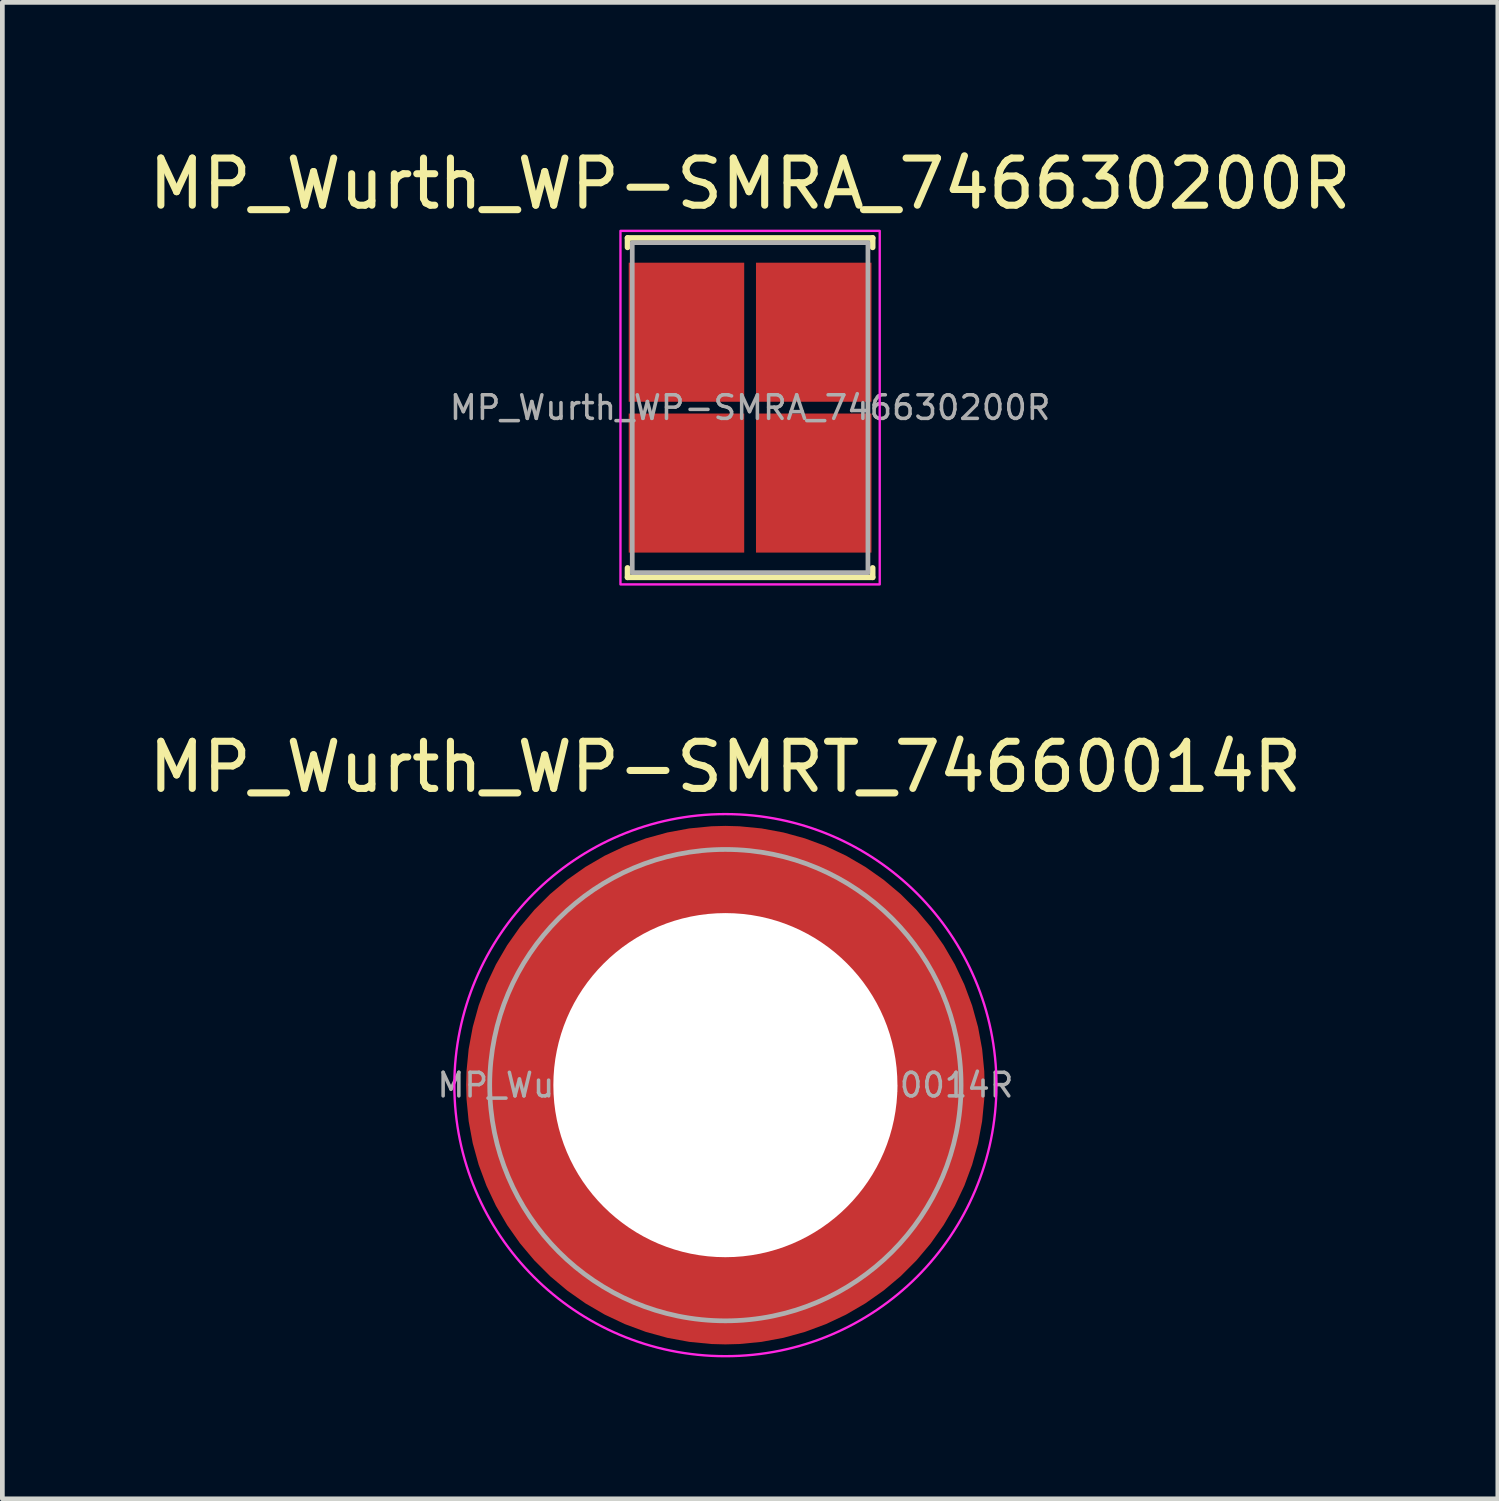
<source format=kicad_pcb>
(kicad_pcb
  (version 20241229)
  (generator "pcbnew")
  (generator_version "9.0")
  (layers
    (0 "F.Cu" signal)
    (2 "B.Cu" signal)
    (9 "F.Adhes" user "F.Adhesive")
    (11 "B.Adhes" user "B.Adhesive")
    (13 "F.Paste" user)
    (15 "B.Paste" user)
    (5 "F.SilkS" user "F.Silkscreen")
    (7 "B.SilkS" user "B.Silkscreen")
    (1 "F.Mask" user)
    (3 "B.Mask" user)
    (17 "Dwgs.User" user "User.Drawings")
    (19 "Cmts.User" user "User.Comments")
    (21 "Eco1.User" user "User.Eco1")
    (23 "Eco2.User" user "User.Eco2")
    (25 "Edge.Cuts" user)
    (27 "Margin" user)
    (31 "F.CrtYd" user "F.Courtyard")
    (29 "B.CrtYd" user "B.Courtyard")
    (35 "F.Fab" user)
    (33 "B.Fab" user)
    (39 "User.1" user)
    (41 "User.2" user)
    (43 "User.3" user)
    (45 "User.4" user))
  (footprint "MP_Wurth_WP-SMRT_74660014R"
    (layer "F.Cu")
    (at 12.339 19.971)
    (property "Reference" "MP_Wurth_WP-SMRT_74660014R" (at 0 -6.75 0) (unlocked yes) (layer "F.SilkS") (effects (font (size 1 1) (thickness 0.15))))
    (attr smd)
    (fp_poly (pts (xy -5.374 0.495) (xy -3.712 0.495) (xy -3.706 0.54) (xy -3.698 0.587) (xy -3.679 0.701) (xy -3.666 0.761) (xy -3.645 0.859) (xy -3.621 0.955) (xy -3.581 1.094) (xy -3.554 1.179) (xy -3.525 1.264) (xy -3.486 1.367) (xy -3.442 1.474) (xy -3.404 1.559) (xy -3.355 1.665) (xy -3.317 1.739) (xy -3.28 1.807) (xy -3.239 1.881) (xy -3.202 1.943) (xy -3.15 2.025) (xy -3.1 2.1) (xy -3.057 2.164) (xy -3.009 2.228) (xy -3.009 2.228) (xy -2.974 2.277) (xy -2.928 2.336) (xy -2.881 2.392) (xy -2.832 2.451) (xy -2.781 2.507) (xy -2.735 2.559) (xy -2.685 2.61) (xy -2.629 2.665) (xy -2.563 2.731) (xy -2.498 2.789) (xy -2.431 2.849) (xy -2.363 2.905) (xy -2.295 2.96) (xy -2.249 2.994) (xy -2.184 3.042) (xy -2.075 3.118) (xy -2.005 3.162) (xy -2.005 3.162) (xy -1.946 3.201) (xy -1.869 3.245) (xy -1.752 3.31) (xy -1.596 3.386) (xy -1.406 3.472) (xy -1.17 3.557) (xy -0.924 3.63) (xy -0.71 3.677) (xy -0.614 3.694) (xy -0.495 3.712) (xy -0.495 5.381) (xy -0.527 5.38) (xy -0.528 5.38) (xy -0.578 5.374) (xy -0.634 5.367) (xy -0.685 5.361) (xy -0.739 5.354) (xy -0.785 5.348) (xy -0.785 5.348) (xy -0.962 5.318) (xy -0.962 5.318) (xy -1.127 5.286) (xy -1.127 5.286) (xy -1.266 5.254) (xy -1.41 5.218) (xy -1.41 5.218) (xy -1.523 5.186) (xy -1.524 5.186) (xy -1.769 5.107) (xy -1.769 5.107) (xy -1.878 5.068) (xy -1.979 5.03) (xy -1.979 5.03) (xy -2.095 4.983) (xy -2.095 4.983) (xy -2.19 4.94) (xy -2.304 4.891) (xy -2.304 4.89) (xy -2.592 4.743) (xy -2.593 4.743) (xy -2.748 4.652) (xy -2.902 4.559) (xy -2.902 4.559) (xy -3.098 4.43) (xy -3.098 4.43) (xy -3.513 4.104) (xy -3.513 4.104) (xy -3.72 3.923) (xy -3.721 3.922) (xy -4.008 3.627) (xy -4.008 3.627) (xy -4.192 3.411) (xy -4.192 3.411) (xy -4.38 3.172) (xy -4.38 3.172) (xy -4.602 2.839) (xy -4.602 2.838) (xy -4.778 2.531) (xy -4.778 2.531) (xy -4.905 2.271) (xy -4.906 2.271) (xy -5.048 1.942) (xy -5.048 1.942) (xy -5.146 1.662) (xy -5.146 1.661) (xy -5.221 1.405) (xy -5.221 1.405) (xy -5.263 1.233) (xy -5.263 1.233) (xy -5.292 1.1) (xy -5.292 1.1) (xy -5.322 0.945) (xy -5.343 0.834) (xy -5.343 0.834) (xy -5.355 0.725) (xy -5.371 0.616) (xy -5.371 0.615) (xy -5.378 0.537) (xy -5.383 0.49)) (stroke (width 0) (type default)) (fill yes) (layer "F.Paste"))
    (fp_poly (pts (xy -0.495 -5.374) (xy -0.495 -3.712) (xy -0.54 -3.706) (xy -0.587 -3.698) (xy -0.701 -3.679) (xy -0.761 -3.666) (xy -0.859 -3.645) (xy -0.955 -3.621) (xy -1.094 -3.581) (xy -1.179 -3.554) (xy -1.264 -3.525) (xy -1.367 -3.486) (xy -1.474 -3.442) (xy -1.559 -3.404) (xy -1.665 -3.355) (xy -1.739 -3.317) (xy -1.807 -3.28) (xy -1.881 -3.239) (xy -1.943 -3.202) (xy -2.025 -3.15) (xy -2.1 -3.1) (xy -2.164 -3.057) (xy -2.228 -3.009) (xy -2.228 -3.009) (xy -2.277 -2.974) (xy -2.336 -2.928) (xy -2.392 -2.881) (xy -2.451 -2.832) (xy -2.507 -2.781) (xy -2.559 -2.735) (xy -2.61 -2.685) (xy -2.665 -2.629) (xy -2.731 -2.563) (xy -2.789 -2.498) (xy -2.849 -2.431) (xy -2.905 -2.363) (xy -2.96 -2.295) (xy -2.994 -2.249) (xy -3.042 -2.184) (xy -3.118 -2.075) (xy -3.162 -2.005) (xy -3.162 -2.005) (xy -3.201 -1.946) (xy -3.245 -1.869) (xy -3.31 -1.752) (xy -3.386 -1.596) (xy -3.472 -1.406) (xy -3.557 -1.17) (xy -3.63 -0.924) (xy -3.677 -0.71) (xy -3.694 -0.614) (xy -3.712 -0.495) (xy -5.381 -0.495) (xy -5.38 -0.527) (xy -5.38 -0.528) (xy -5.374 -0.578) (xy -5.367 -0.634) (xy -5.361 -0.685) (xy -5.354 -0.739) (xy -5.348 -0.785) (xy -5.348 -0.785) (xy -5.318 -0.962) (xy -5.318 -0.962) (xy -5.286 -1.127) (xy -5.286 -1.127) (xy -5.254 -1.266) (xy -5.218 -1.41) (xy -5.218 -1.41) (xy -5.186 -1.523) (xy -5.186 -1.524) (xy -5.107 -1.769) (xy -5.107 -1.769) (xy -5.068 -1.878) (xy -5.03 -1.979) (xy -5.03 -1.979) (xy -4.983 -2.095) (xy -4.983 -2.095) (xy -4.94 -2.19) (xy -4.891 -2.304) (xy -4.89 -2.304) (xy -4.743 -2.592) (xy -4.743 -2.593) (xy -4.652 -2.748) (xy -4.559 -2.902) (xy -4.559 -2.902) (xy -4.43 -3.098) (xy -4.43 -3.098) (xy -4.104 -3.513) (xy -4.104 -3.513) (xy -3.923 -3.72) (xy -3.922 -3.721) (xy -3.627 -4.008) (xy -3.627 -4.008) (xy -3.411 -4.192) (xy -3.411 -4.192) (xy -3.172 -4.38) (xy -3.172 -4.38) (xy -2.839 -4.602) (xy -2.838 -4.602) (xy -2.531 -4.778) (xy -2.531 -4.778) (xy -2.271 -4.905) (xy -2.271 -4.906) (xy -1.942 -5.048) (xy -1.942 -5.048) (xy -1.662 -5.146) (xy -1.661 -5.146) (xy -1.405 -5.221) (xy -1.405 -5.221) (xy -1.233 -5.263) (xy -1.233 -5.263) (xy -1.1 -5.292) (xy -1.1 -5.292) (xy -0.945 -5.322) (xy -0.834 -5.343) (xy -0.834 -5.343) (xy -0.725 -5.355) (xy -0.616 -5.371) (xy -0.615 -5.371) (xy -0.537 -5.378) (xy -0.49 -5.383)) (stroke (width 0) (type default)) (fill yes) (layer "F.Paste"))
    (fp_poly (pts (xy 0.527 -5.38) (xy 0.528 -5.38) (xy 0.578 -5.374) (xy 0.634 -5.367) (xy 0.685 -5.361) (xy 0.739 -5.354) (xy 0.785 -5.348) (xy 0.785 -5.348) (xy 0.962 -5.318) (xy 0.962 -5.318) (xy 1.127 -5.286) (xy 1.127 -5.286) (xy 1.266 -5.254) (xy 1.41 -5.218) (xy 1.41 -5.218) (xy 1.523 -5.186) (xy 1.524 -5.186) (xy 1.769 -5.107) (xy 1.769 -5.107) (xy 1.878 -5.068) (xy 1.979 -5.03) (xy 1.979 -5.03) (xy 2.095 -4.983) (xy 2.095 -4.983) (xy 2.19 -4.94) (xy 2.304 -4.891) (xy 2.304 -4.89) (xy 2.592 -4.743) (xy 2.593 -4.743) (xy 2.748 -4.652) (xy 2.902 -4.559) (xy 2.902 -4.559) (xy 3.098 -4.43) (xy 3.098 -4.43) (xy 3.513 -4.104) (xy 3.513 -4.104) (xy 3.72 -3.923) (xy 3.721 -3.922) (xy 4.008 -3.627) (xy 4.008 -3.627) (xy 4.192 -3.411) (xy 4.192 -3.411) (xy 4.38 -3.172) (xy 4.38 -3.172) (xy 4.602 -2.839) (xy 4.602 -2.838) (xy 4.778 -2.531) (xy 4.778 -2.531) (xy 4.905 -2.271) (xy 4.906 -2.271) (xy 5.048 -1.942) (xy 5.048 -1.942) (xy 5.146 -1.662) (xy 5.146 -1.661) (xy 5.221 -1.405) (xy 5.221 -1.405) (xy 5.263 -1.233) (xy 5.263 -1.233) (xy 5.292 -1.1) (xy 5.292 -1.1) (xy 5.322 -0.945) (xy 5.343 -0.834) (xy 5.343 -0.834) (xy 5.355 -0.725) (xy 5.371 -0.616) (xy 5.371 -0.615) (xy 5.378 -0.537) (xy 5.383 -0.49) (xy 5.374 -0.495) (xy 3.712 -0.495) (xy 3.706 -0.54) (xy 3.698 -0.587) (xy 3.679 -0.701) (xy 3.666 -0.761) (xy 3.645 -0.859) (xy 3.621 -0.955) (xy 3.581 -1.094) (xy 3.554 -1.179) (xy 3.525 -1.264) (xy 3.486 -1.367) (xy 3.442 -1.474) (xy 3.404 -1.559) (xy 3.355 -1.665) (xy 3.317 -1.739) (xy 3.28 -1.807) (xy 3.239 -1.881) (xy 3.202 -1.943) (xy 3.15 -2.025) (xy 3.1 -2.1) (xy 3.057 -2.164) (xy 3.009 -2.228) (xy 3.009 -2.228) (xy 2.974 -2.277) (xy 2.928 -2.336) (xy 2.881 -2.392) (xy 2.832 -2.451) (xy 2.781 -2.507) (xy 2.735 -2.559) (xy 2.685 -2.61) (xy 2.629 -2.665) (xy 2.563 -2.731) (xy 2.498 -2.789) (xy 2.431 -2.849) (xy 2.363 -2.905) (xy 2.295 -2.96) (xy 2.249 -2.994) (xy 2.184 -3.042) (xy 2.075 -3.118) (xy 2.005 -3.162) (xy 2.005 -3.162) (xy 1.946 -3.201) (xy 1.869 -3.245) (xy 1.752 -3.31) (xy 1.596 -3.386) (xy 1.406 -3.472) (xy 1.17 -3.557) (xy 0.924 -3.63) (xy 0.71 -3.677) (xy 0.614 -3.694) (xy 0.495 -3.712) (xy 0.495 -5.381)) (stroke (width 0) (type default)) (fill yes) (layer "F.Paste"))
    (fp_poly (pts (xy 5.38 0.527) (xy 5.38 0.528) (xy 5.374 0.578) (xy 5.367 0.634) (xy 5.361 0.685) (xy 5.354 0.739) (xy 5.348 0.785) (xy 5.348 0.785) (xy 5.318 0.962) (xy 5.318 0.962) (xy 5.286 1.127) (xy 5.286 1.127) (xy 5.254 1.266) (xy 5.218 1.41) (xy 5.218 1.41) (xy 5.186 1.523) (xy 5.186 1.524) (xy 5.107 1.769) (xy 5.107 1.769) (xy 5.068 1.878) (xy 5.03 1.979) (xy 5.03 1.979) (xy 4.983 2.095) (xy 4.983 2.095) (xy 4.94 2.19) (xy 4.891 2.304) (xy 4.89 2.304) (xy 4.743 2.592) (xy 4.743 2.593) (xy 4.652 2.748) (xy 4.559 2.902) (xy 4.559 2.902) (xy 4.43 3.098) (xy 4.43 3.098) (xy 4.104 3.513) (xy 4.104 3.513) (xy 3.923 3.72) (xy 3.922 3.721) (xy 3.627 4.008) (xy 3.627 4.008) (xy 3.411 4.192) (xy 3.411 4.192) (xy 3.172 4.38) (xy 3.172 4.38) (xy 2.839 4.602) (xy 2.838 4.602) (xy 2.531 4.778) (xy 2.531 4.778) (xy 2.271 4.905) (xy 2.271 4.906) (xy 1.942 5.048) (xy 1.942 5.048) (xy 1.662 5.146) (xy 1.661 5.146) (xy 1.405 5.221) (xy 1.405 5.221) (xy 1.233 5.263) (xy 1.233 5.263) (xy 1.1 5.292) (xy 1.1 5.292) (xy 0.945 5.322) (xy 0.834 5.343) (xy 0.834 5.343) (xy 0.725 5.355) (xy 0.616 5.371) (xy 0.615 5.371) (xy 0.537 5.378) (xy 0.49 5.383) (xy 0.495 5.374) (xy 0.495 3.712) (xy 0.54 3.706) (xy 0.587 3.698) (xy 0.701 3.679) (xy 0.761 3.666) (xy 0.859 3.645) (xy 0.955 3.621) (xy 1.094 3.581) (xy 1.179 3.554) (xy 1.264 3.525) (xy 1.367 3.486) (xy 1.474 3.442) (xy 1.559 3.404) (xy 1.665 3.355) (xy 1.739 3.317) (xy 1.807 3.28) (xy 1.881 3.239) (xy 1.943 3.202) (xy 2.025 3.15) (xy 2.1 3.1) (xy 2.164 3.057) (xy 2.228 3.009) (xy 2.228 3.009) (xy 2.277 2.974) (xy 2.336 2.928) (xy 2.392 2.881) (xy 2.451 2.832) (xy 2.507 2.781) (xy 2.559 2.735) (xy 2.61 2.685) (xy 2.665 2.629) (xy 2.731 2.563) (xy 2.789 2.498) (xy 2.849 2.431) (xy 2.905 2.363) (xy 2.96 2.295) (xy 2.994 2.249) (xy 3.042 2.184) (xy 3.118 2.075) (xy 3.162 2.005) (xy 3.162 2.005) (xy 3.201 1.946) (xy 3.245 1.869) (xy 3.31 1.752) (xy 3.386 1.596) (xy 3.472 1.406) (xy 3.557 1.17) (xy 3.63 0.924) (xy 3.677 0.71) (xy 3.694 0.614) (xy 3.712 0.495) (xy 5.381 0.495)) (stroke (width 0) (type default)) (fill yes) (layer "F.Paste"))
    (fp_circle (center 0 0) (end 5.75 0) (stroke (width 0.05) (type solid)) (fill no) (layer "F.CrtYd"))
    (fp_circle (center 0 0) (end 5 0) (stroke (width 0.1) (type solid)) (fill no) (layer "F.Fab"))
    (fp_text user "${REFERENCE}" (at 0 0 0) (unlocked yes) (layer "F.Fab") (effects (font (size 0.5 0.5) (thickness 0.075))))
    (pad "" np_thru_hole circle (at 0 0) (size 7.3 7.3) (drill 7.3) (layers "*.Cu" "*.Mask"))
    (pad "1" smd roundrect (at 0 0) (size 11 11) (layers "F.Cu" "F.Mask") (roundrect_rratio 0.5)))
  (footprint "MP_Wurth_WP-SMRA_746630200R"
    (layer "F.Cu")
    (at 12.863 5.598)
    (property "Reference" "MP_Wurth_WP-SMRA_746630200R" (at 0 -4.75 0) (unlocked yes) (layer "F.SilkS") (effects (font (size 1 1) (thickness 0.15))))
    (attr smd)
    (fp_line (start -2.6 -3.6) (end -2.6 -3.4) (stroke (width 0.12) (type solid)) (layer "F.SilkS"))
    (fp_line (start -2.6 3.4) (end -2.6 3.6) (stroke (width 0.12) (type solid)) (layer "F.SilkS"))
    (fp_line (start -2.6 3.6) (end 2.6 3.6) (stroke (width 0.12) (type solid)) (layer "F.SilkS"))
    (fp_line (start 2.6 -3.6) (end -2.6 -3.6) (stroke (width 0.12) (type solid)) (layer "F.SilkS"))
    (fp_line (start 2.6 -3.4) (end 2.6 -3.6) (stroke (width 0.12) (type solid)) (layer "F.SilkS"))
    (fp_line (start 2.6 3.6) (end 2.6 3.4) (stroke (width 0.12) (type solid)) (layer "F.SilkS"))
    (fp_poly (pts (xy -2.475 -0.225) (xy -0.223 -0.225) (xy -0.223 -2.975) (xy -2.475 -2.975)) (stroke (width 0) (type default)) (fill yes) (layer "F.Paste"))
    (fp_poly (pts (xy -2.475 2.975) (xy -0.223 2.975) (xy -0.223 0.225) (xy -2.475 0.225)) (stroke (width 0) (type default)) (fill yes) (layer "F.Paste"))
    (fp_poly (pts (xy 0.225 -0.225) (xy 2.478 -0.225) (xy 2.478 -2.975) (xy 0.225 -2.975)) (stroke (width 0) (type default)) (fill yes) (layer "F.Paste"))
    (fp_poly (pts (xy 0.225 2.975) (xy 2.478 2.975) (xy 2.478 0.225) (xy 0.225 0.225)) (stroke (width 0) (type default)) (fill yes) (layer "F.Paste"))
    (fp_rect (start -2.75 -3.75) (end 2.75 3.75) (stroke (width 0.05) (type solid)) (fill no) (layer "F.CrtYd"))
    (fp_rect (start -2.5 -3.5) (end 2.5 3.5) (stroke (width 0.1) (type solid)) (fill no) (layer "F.Fab"))
    (fp_text user "${REFERENCE}" (at 0 0 0) (unlocked yes) (layer "F.Fab") (effects (font (size 0.5 0.5) (thickness 0.075))))
    (pad "1" smd rect (at -1.35 -1.6 90) (size 2.95 2.45) (layers "F.Cu" "F.Mask"))
    (pad "1" smd rect (at -1.35 1.6 90) (size 2.95 2.45) (layers "F.Cu" "F.Mask"))
    (pad "1" smd rect (at 1.35 -1.6 90) (size 2.95 2.45) (layers "F.Cu" "F.Mask"))
    (pad "1" smd rect (at 1.35 1.6 90) (size 2.95 2.45) (layers "F.Cu" "F.Mask")))
  (gr_rect
    (start -3 -3)
    (end 28.726 28.747)
    (stroke (width 0.1) (type default))
    (fill no)
    (layer "Edge.Cuts")))
</source>
